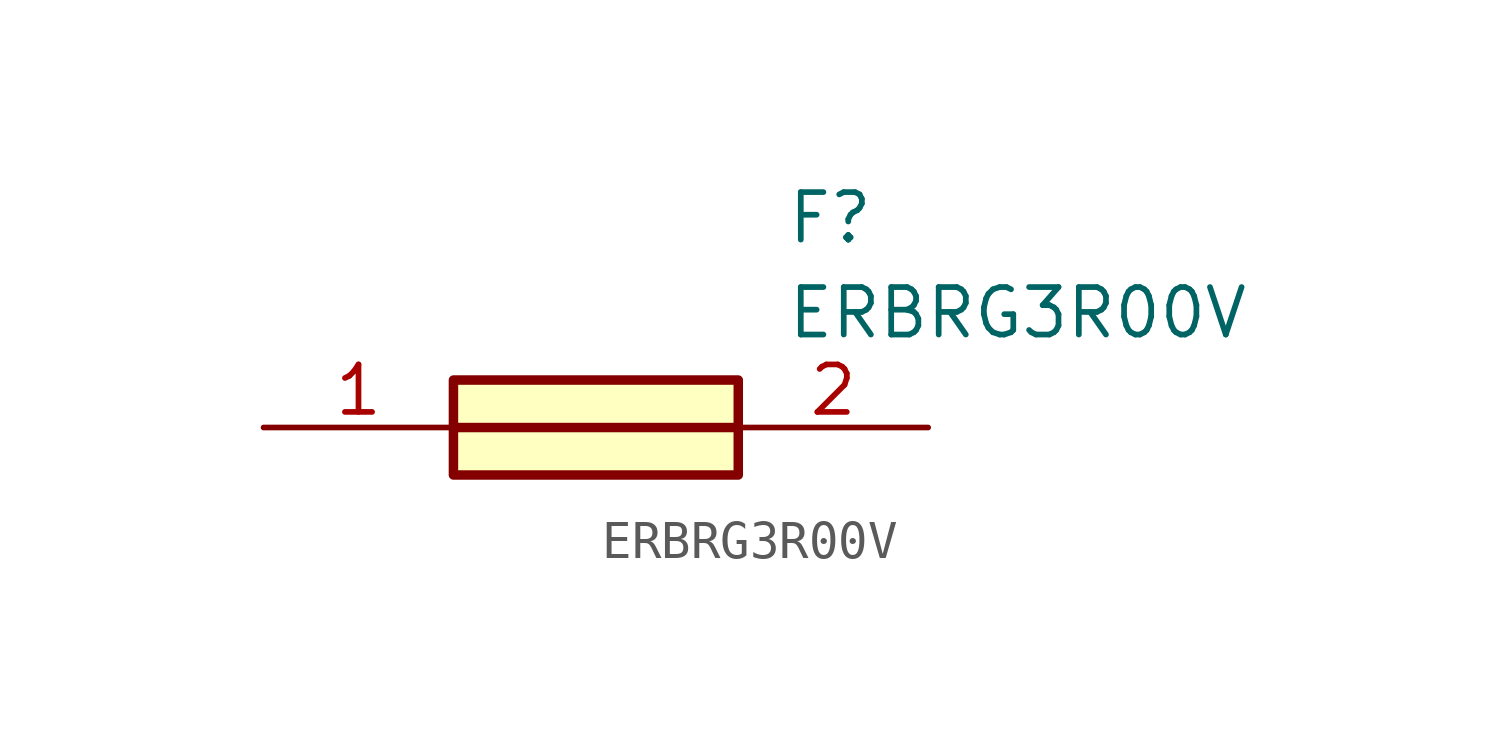
<source format=kicad_sym>
(kicad_symbol_lib
  (version 20211014)
  (generator SamacSys_ECAD_Model)
  (symbol "ERBRG3R00V"
    (pin_names hide)
    (property "Reference" "F"
      (at 13.97 6.35 0)
      (effects (font (size 1.27 1.27)) (justify left top)))
    (property "Value" "ERBRG3R00V"
      (at 13.97 3.81 0)
      (effects (font (size 1.27 1.27)) (justify left top)))
    (rectangle
      (start 5.08 1.27)
      (end 12.7 -1.27)
      (stroke (width 0.254) (type default))
      (fill (type background)))
    (polyline
      (pts (xy 5.08 0) (xy 12.7 0))
      (stroke (width 0.254) (type default))
      (fill (type none)))
    (pin passive line
      (at 0 0 0)
      (length 5.08)
      (name "1" (effects (font (size 1.27 1.27))))
      (number "1" (effects (font (size 1.27 1.27)))))
    (pin passive line
      (at 17.78 0 180)
      (length 5.08)
      (name "2" (effects (font (size 1.27 1.27))))
      (number "2" (effects (font (size 1.27 1.27)))))))
</source>
